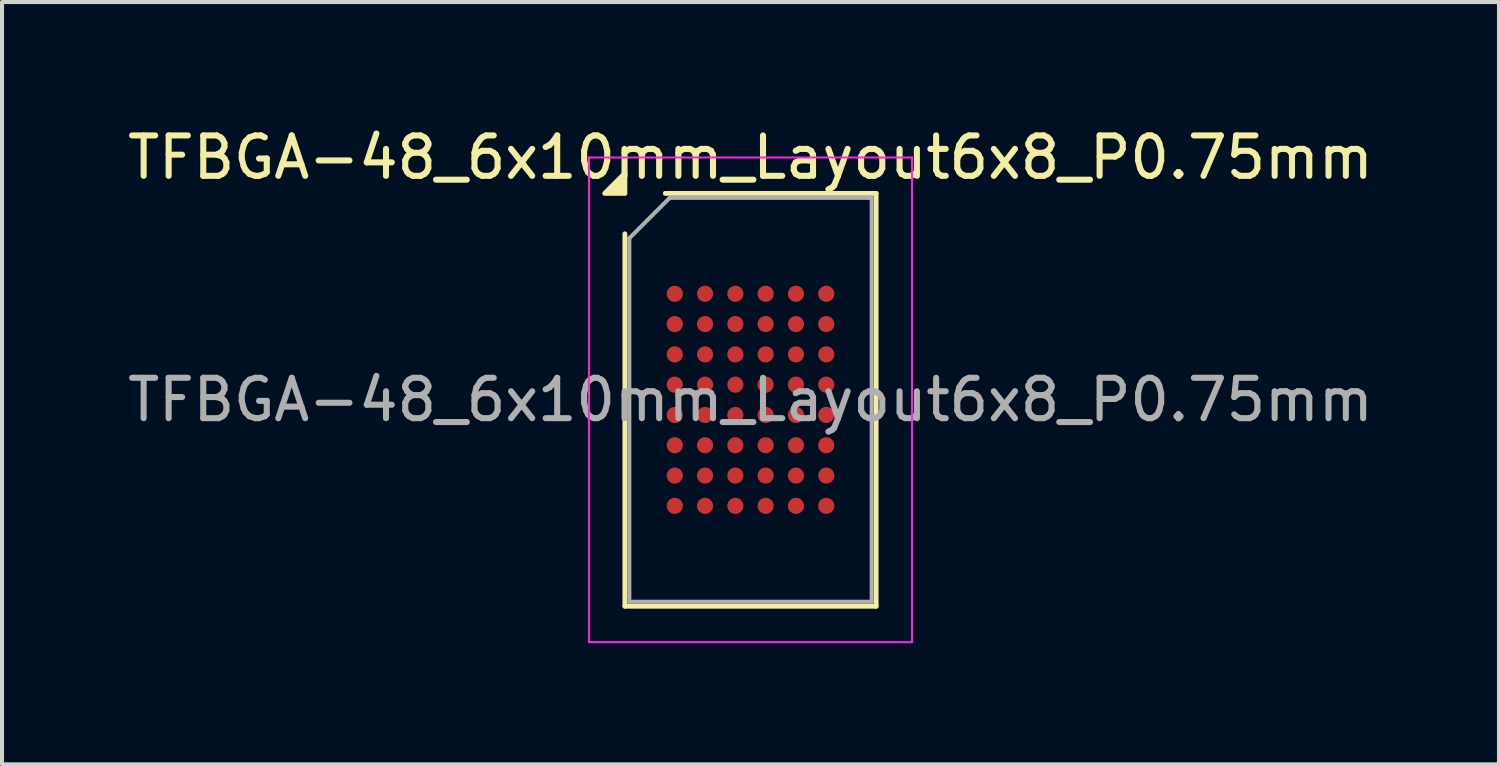
<source format=kicad_pcb>
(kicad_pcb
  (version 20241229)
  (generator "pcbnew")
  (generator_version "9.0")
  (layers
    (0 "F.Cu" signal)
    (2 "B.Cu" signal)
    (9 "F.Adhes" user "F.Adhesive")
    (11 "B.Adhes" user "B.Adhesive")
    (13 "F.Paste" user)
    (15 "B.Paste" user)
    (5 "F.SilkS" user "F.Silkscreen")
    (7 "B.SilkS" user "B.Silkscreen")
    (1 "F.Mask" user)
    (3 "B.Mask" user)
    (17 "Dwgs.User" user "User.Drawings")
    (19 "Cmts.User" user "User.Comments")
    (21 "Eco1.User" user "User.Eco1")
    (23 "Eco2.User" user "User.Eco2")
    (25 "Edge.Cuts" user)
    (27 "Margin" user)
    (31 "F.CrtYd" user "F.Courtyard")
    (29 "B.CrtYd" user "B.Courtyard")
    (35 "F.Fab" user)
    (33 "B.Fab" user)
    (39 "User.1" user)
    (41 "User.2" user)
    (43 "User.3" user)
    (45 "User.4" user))
  (footprint "TFBGA-48_6x10mm_Layout6x8_P0.75mm"
    (layer "F.Cu")
    (at 15.53 6.848)
    (property "Reference" "TFBGA-48_6x10mm_Layout6x8_P0.75mm" (at 0 -6 0) (layer "F.SilkS") (effects (font (size 1 1) (thickness 0.15))))
    (attr smd)
    (fp_line (start -3.11 5.11) (end -3.11 -4.11) (stroke (width 0.12) (type solid)) (layer "F.SilkS"))
    (fp_line (start -2.11 -5.11) (end 3.11 -5.11) (stroke (width 0.12) (type solid)) (layer "F.SilkS"))
    (fp_line (start 3.11 -5.11) (end 3.11 5.11) (stroke (width 0.12) (type solid)) (layer "F.SilkS"))
    (fp_line (start 3.11 5.11) (end -3.11 5.11) (stroke (width 0.12) (type solid)) (layer "F.SilkS"))
    (fp_poly (pts (xy -3.11 -5.11) (xy -3.61 -5.11) (xy -3.11 -5.61)) (stroke (width 0.12) (type solid)) (fill yes) (layer "F.SilkS"))
    (fp_line (start -4 -6) (end -4 6) (stroke (width 0.05) (type solid)) (layer "F.CrtYd"))
    (fp_line (start -4 6) (end 4 6) (stroke (width 0.05) (type solid)) (layer "F.CrtYd"))
    (fp_line (start 4 -6) (end -4 -6) (stroke (width 0.05) (type solid)) (layer "F.CrtYd"))
    (fp_line (start 4 6) (end 4 -6) (stroke (width 0.05) (type solid)) (layer "F.CrtYd"))
    (fp_line (start -3 -4) (end -2 -5) (stroke (width 0.1) (type solid)) (layer "F.Fab"))
    (fp_line (start -3 5) (end -3 -4) (stroke (width 0.1) (type solid)) (layer "F.Fab"))
    (fp_line (start -2 -5) (end 3 -5) (stroke (width 0.1) (type solid)) (layer "F.Fab"))
    (fp_line (start 3 -5) (end 3 5) (stroke (width 0.1) (type solid)) (layer "F.Fab"))
    (fp_line (start 3 5) (end -3 5) (stroke (width 0.1) (type solid)) (layer "F.Fab"))
    (fp_text user "${REFERENCE}" (at 0 0 0) (layer "F.Fab") (effects (font (size 1 1) (thickness 0.15))))
    (pad "A1" smd circle (at -1.875 -2.625) (size 0.4 0.4) (property pad_prop_bga) (layers "F.Cu" "F.Mask" "F.Paste"))
    (pad "A2" smd circle (at -1.125 -2.625) (size 0.4 0.4) (property pad_prop_bga) (layers "F.Cu" "F.Mask" "F.Paste"))
    (pad "A3" smd circle (at -0.375 -2.625) (size 0.4 0.4) (property pad_prop_bga) (layers "F.Cu" "F.Mask" "F.Paste"))
    (pad "A4" smd circle (at 0.375 -2.625) (size 0.4 0.4) (property pad_prop_bga) (layers "F.Cu" "F.Mask" "F.Paste"))
    (pad "A5" smd circle (at 1.125 -2.625) (size 0.4 0.4) (property pad_prop_bga) (layers "F.Cu" "F.Mask" "F.Paste"))
    (pad "A6" smd circle (at 1.875 -2.625) (size 0.4 0.4) (property pad_prop_bga) (layers "F.Cu" "F.Mask" "F.Paste"))
    (pad "B1" smd circle (at -1.875 -1.875) (size 0.4 0.4) (property pad_prop_bga) (layers "F.Cu" "F.Mask" "F.Paste"))
    (pad "B2" smd circle (at -1.125 -1.875) (size 0.4 0.4) (property pad_prop_bga) (layers "F.Cu" "F.Mask" "F.Paste"))
    (pad "B3" smd circle (at -0.375 -1.875) (size 0.4 0.4) (property pad_prop_bga) (layers "F.Cu" "F.Mask" "F.Paste"))
    (pad "B4" smd circle (at 0.375 -1.875) (size 0.4 0.4) (property pad_prop_bga) (layers "F.Cu" "F.Mask" "F.Paste"))
    (pad "B5" smd circle (at 1.125 -1.875) (size 0.4 0.4) (property pad_prop_bga) (layers "F.Cu" "F.Mask" "F.Paste"))
    (pad "B6" smd circle (at 1.875 -1.875) (size 0.4 0.4) (property pad_prop_bga) (layers "F.Cu" "F.Mask" "F.Paste"))
    (pad "C1" smd circle (at -1.875 -1.125) (size 0.4 0.4) (property pad_prop_bga) (layers "F.Cu" "F.Mask" "F.Paste"))
    (pad "C2" smd circle (at -1.125 -1.125) (size 0.4 0.4) (property pad_prop_bga) (layers "F.Cu" "F.Mask" "F.Paste"))
    (pad "C3" smd circle (at -0.375 -1.125) (size 0.4 0.4) (property pad_prop_bga) (layers "F.Cu" "F.Mask" "F.Paste"))
    (pad "C4" smd circle (at 0.375 -1.125) (size 0.4 0.4) (property pad_prop_bga) (layers "F.Cu" "F.Mask" "F.Paste"))
    (pad "C5" smd circle (at 1.125 -1.125) (size 0.4 0.4) (property pad_prop_bga) (layers "F.Cu" "F.Mask" "F.Paste"))
    (pad "C6" smd circle (at 1.875 -1.125) (size 0.4 0.4) (property pad_prop_bga) (layers "F.Cu" "F.Mask" "F.Paste"))
    (pad "D1" smd circle (at -1.875 -0.375) (size 0.4 0.4) (property pad_prop_bga) (layers "F.Cu" "F.Mask" "F.Paste"))
    (pad "D2" smd circle (at -1.125 -0.375) (size 0.4 0.4) (property pad_prop_bga) (layers "F.Cu" "F.Mask" "F.Paste"))
    (pad "D3" smd circle (at -0.375 -0.375) (size 0.4 0.4) (property pad_prop_bga) (layers "F.Cu" "F.Mask" "F.Paste"))
    (pad "D4" smd circle (at 0.375 -0.375) (size 0.4 0.4) (property pad_prop_bga) (layers "F.Cu" "F.Mask" "F.Paste"))
    (pad "D5" smd circle (at 1.125 -0.375) (size 0.4 0.4) (property pad_prop_bga) (layers "F.Cu" "F.Mask" "F.Paste"))
    (pad "D6" smd circle (at 1.875 -0.375) (size 0.4 0.4) (property pad_prop_bga) (layers "F.Cu" "F.Mask" "F.Paste"))
    (pad "E1" smd circle (at -1.875 0.375) (size 0.4 0.4) (property pad_prop_bga) (layers "F.Cu" "F.Mask" "F.Paste"))
    (pad "E2" smd circle (at -1.125 0.375) (size 0.4 0.4) (property pad_prop_bga) (layers "F.Cu" "F.Mask" "F.Paste"))
    (pad "E3" smd circle (at -0.375 0.375) (size 0.4 0.4) (property pad_prop_bga) (layers "F.Cu" "F.Mask" "F.Paste"))
    (pad "E4" smd circle (at 0.375 0.375) (size 0.4 0.4) (property pad_prop_bga) (layers "F.Cu" "F.Mask" "F.Paste"))
    (pad "E5" smd circle (at 1.125 0.375) (size 0.4 0.4) (property pad_prop_bga) (layers "F.Cu" "F.Mask" "F.Paste"))
    (pad "E6" smd circle (at 1.875 0.375) (size 0.4 0.4) (property pad_prop_bga) (layers "F.Cu" "F.Mask" "F.Paste"))
    (pad "F1" smd circle (at -1.875 1.125) (size 0.4 0.4) (property pad_prop_bga) (layers "F.Cu" "F.Mask" "F.Paste"))
    (pad "F2" smd circle (at -1.125 1.125) (size 0.4 0.4) (property pad_prop_bga) (layers "F.Cu" "F.Mask" "F.Paste"))
    (pad "F3" smd circle (at -0.375 1.125) (size 0.4 0.4) (property pad_prop_bga) (layers "F.Cu" "F.Mask" "F.Paste"))
    (pad "F4" smd circle (at 0.375 1.125) (size 0.4 0.4) (property pad_prop_bga) (layers "F.Cu" "F.Mask" "F.Paste"))
    (pad "F5" smd circle (at 1.125 1.125) (size 0.4 0.4) (property pad_prop_bga) (layers "F.Cu" "F.Mask" "F.Paste"))
    (pad "F6" smd circle (at 1.875 1.125) (size 0.4 0.4) (property pad_prop_bga) (layers "F.Cu" "F.Mask" "F.Paste"))
    (pad "G1" smd circle (at -1.875 1.875) (size 0.4 0.4) (property pad_prop_bga) (layers "F.Cu" "F.Mask" "F.Paste"))
    (pad "G2" smd circle (at -1.125 1.875) (size 0.4 0.4) (property pad_prop_bga) (layers "F.Cu" "F.Mask" "F.Paste"))
    (pad "G3" smd circle (at -0.375 1.875) (size 0.4 0.4) (property pad_prop_bga) (layers "F.Cu" "F.Mask" "F.Paste"))
    (pad "G4" smd circle (at 0.375 1.875) (size 0.4 0.4) (property pad_prop_bga) (layers "F.Cu" "F.Mask" "F.Paste"))
    (pad "G5" smd circle (at 1.125 1.875) (size 0.4 0.4) (property pad_prop_bga) (layers "F.Cu" "F.Mask" "F.Paste"))
    (pad "G6" smd circle (at 1.875 1.875) (size 0.4 0.4) (property pad_prop_bga) (layers "F.Cu" "F.Mask" "F.Paste"))
    (pad "H1" smd circle (at -1.875 2.625) (size 0.4 0.4) (property pad_prop_bga) (layers "F.Cu" "F.Mask" "F.Paste"))
    (pad "H2" smd circle (at -1.125 2.625) (size 0.4 0.4) (property pad_prop_bga) (layers "F.Cu" "F.Mask" "F.Paste"))
    (pad "H3" smd circle (at -0.375 2.625) (size 0.4 0.4) (property pad_prop_bga) (layers "F.Cu" "F.Mask" "F.Paste"))
    (pad "H4" smd circle (at 0.375 2.625) (size 0.4 0.4) (property pad_prop_bga) (layers "F.Cu" "F.Mask" "F.Paste"))
    (pad "H5" smd circle (at 1.125 2.625) (size 0.4 0.4) (property pad_prop_bga) (layers "F.Cu" "F.Mask" "F.Paste"))
    (pad "H6" smd circle (at 1.875 2.625) (size 0.4 0.4) (property pad_prop_bga) (layers "F.Cu" "F.Mask" "F.Paste")))
  (gr_rect
    (start -3 -3)
    (end 34.06 15.873)
    (stroke (width 0.1) (type default))
    (fill no)
    (layer "Edge.Cuts")))
</source>
